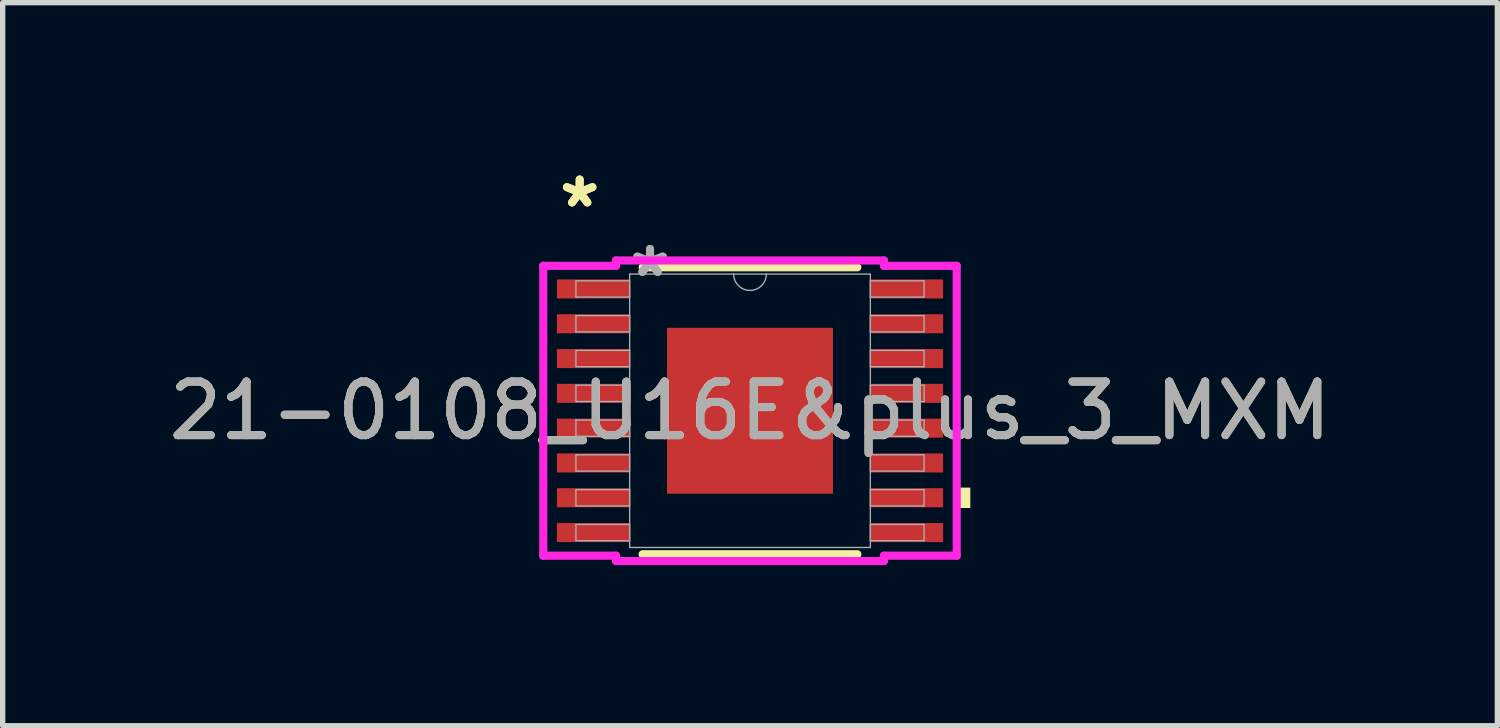
<source format=kicad_pcb>
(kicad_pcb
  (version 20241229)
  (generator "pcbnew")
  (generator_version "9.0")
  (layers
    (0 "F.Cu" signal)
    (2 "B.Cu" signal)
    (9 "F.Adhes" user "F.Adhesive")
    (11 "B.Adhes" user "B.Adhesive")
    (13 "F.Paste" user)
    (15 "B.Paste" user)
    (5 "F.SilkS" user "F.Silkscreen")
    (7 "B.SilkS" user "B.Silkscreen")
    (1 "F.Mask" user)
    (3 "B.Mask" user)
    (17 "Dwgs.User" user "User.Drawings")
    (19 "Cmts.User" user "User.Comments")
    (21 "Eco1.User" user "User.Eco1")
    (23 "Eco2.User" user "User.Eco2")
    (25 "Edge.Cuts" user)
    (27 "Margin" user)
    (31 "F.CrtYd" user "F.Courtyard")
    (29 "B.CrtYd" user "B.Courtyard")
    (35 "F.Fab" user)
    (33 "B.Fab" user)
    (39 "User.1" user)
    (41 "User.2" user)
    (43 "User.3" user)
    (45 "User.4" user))
  (footprint "21-0108_U16E&plus_3_MXM"
    (layer "F.Cu")
    (at 10.958 4.622)
    (property "Reference" "21-0108_U16E&plus_3_MXM" (at 0 0 0) (unlocked yes) (layer "F.SilkS") (effects (font (size 1 1) (thickness 0.15))))
    (attr smd)
    (fp_line (start -2.005 2.68) (end 2.005 2.68) (stroke (width 0.152) (type solid)) (layer "F.SilkS"))
    (fp_line (start 2.005 -2.68) (end -2.005 -2.68) (stroke (width 0.152) (type solid)) (layer "F.SilkS"))
    (fp_poly (pts (xy 4.115 1.435) (xy 4.115 1.816) (xy 3.861 1.816) (xy 3.861 1.435)) (stroke (width 0) (type solid)) (fill yes) (layer "F.SilkS"))
    (fp_poly (pts (xy -1.449 -1.449) (xy -1.449 -0.1) (xy -0.1 -0.1) (xy -0.1 -1.449)) (stroke (width 0) (type solid)) (fill yes) (layer "F.Paste"))
    (fp_poly (pts (xy -1.449 0.1) (xy -1.449 1.449) (xy -0.1 1.449) (xy -0.1 0.1)) (stroke (width 0) (type solid)) (fill yes) (layer "F.Paste"))
    (fp_poly (pts (xy 0.1 -1.449) (xy 0.1 -0.1) (xy 1.449 -0.1) (xy 1.449 -1.449)) (stroke (width 0) (type solid)) (fill yes) (layer "F.Paste"))
    (fp_poly (pts (xy 0.1 0.1) (xy 0.1 1.449) (xy 1.449 1.449) (xy 1.449 0.1)) (stroke (width 0) (type solid)) (fill yes) (layer "F.Paste"))
    (fp_line (start -3.861 -2.707) (end -2.502 -2.707) (stroke (width 0.152) (type solid)) (layer "F.CrtYd"))
    (fp_line (start -3.861 2.707) (end -3.861 -2.707) (stroke (width 0.152) (type solid)) (layer "F.CrtYd"))
    (fp_line (start -3.861 2.707) (end -2.502 2.707) (stroke (width 0.152) (type solid)) (layer "F.CrtYd"))
    (fp_line (start -2.502 -2.807) (end 2.502 -2.807) (stroke (width 0.152) (type solid)) (layer "F.CrtYd"))
    (fp_line (start -2.502 -2.707) (end -2.502 -2.807) (stroke (width 0.152) (type solid)) (layer "F.CrtYd"))
    (fp_line (start -2.502 2.807) (end -2.502 2.707) (stroke (width 0.152) (type solid)) (layer "F.CrtYd"))
    (fp_line (start 2.502 -2.807) (end 2.502 -2.707) (stroke (width 0.152) (type solid)) (layer "F.CrtYd"))
    (fp_line (start 2.502 2.707) (end 2.502 2.807) (stroke (width 0.152) (type solid)) (layer "F.CrtYd"))
    (fp_line (start 2.502 2.807) (end -2.502 2.807) (stroke (width 0.152) (type solid)) (layer "F.CrtYd"))
    (fp_line (start 3.861 -2.707) (end 2.502 -2.707) (stroke (width 0.152) (type solid)) (layer "F.CrtYd"))
    (fp_line (start 3.861 -2.707) (end 3.861 2.707) (stroke (width 0.152) (type solid)) (layer "F.CrtYd"))
    (fp_line (start 3.861 2.707) (end 2.502 2.707) (stroke (width 0.152) (type solid)) (layer "F.CrtYd"))
    (fp_line (start -3.251 -2.427) (end -3.251 -2.123) (stroke (width 0.025) (type solid)) (layer "F.Fab"))
    (fp_line (start -3.251 -2.123) (end -2.248 -2.123) (stroke (width 0.025) (type solid)) (layer "F.Fab"))
    (fp_line (start -3.251 -1.777) (end -3.251 -1.473) (stroke (width 0.025) (type solid)) (layer "F.Fab"))
    (fp_line (start -3.251 -1.473) (end -2.248 -1.473) (stroke (width 0.025) (type solid)) (layer "F.Fab"))
    (fp_line (start -3.251 -1.127) (end -3.251 -0.823) (stroke (width 0.025) (type solid)) (layer "F.Fab"))
    (fp_line (start -3.251 -0.823) (end -2.248 -0.823) (stroke (width 0.025) (type solid)) (layer "F.Fab"))
    (fp_line (start -3.251 -0.477) (end -3.251 -0.173) (stroke (width 0.025) (type solid)) (layer "F.Fab"))
    (fp_line (start -3.251 -0.173) (end -2.248 -0.173) (stroke (width 0.025) (type solid)) (layer "F.Fab"))
    (fp_line (start -3.251 0.173) (end -3.251 0.477) (stroke (width 0.025) (type solid)) (layer "F.Fab"))
    (fp_line (start -3.251 0.477) (end -2.248 0.477) (stroke (width 0.025) (type solid)) (layer "F.Fab"))
    (fp_line (start -3.251 0.823) (end -3.251 1.127) (stroke (width 0.025) (type solid)) (layer "F.Fab"))
    (fp_line (start -3.251 1.127) (end -2.248 1.127) (stroke (width 0.025) (type solid)) (layer "F.Fab"))
    (fp_line (start -3.251 1.473) (end -3.251 1.777) (stroke (width 0.025) (type solid)) (layer "F.Fab"))
    (fp_line (start -3.251 1.777) (end -2.248 1.777) (stroke (width 0.025) (type solid)) (layer "F.Fab"))
    (fp_line (start -3.251 2.123) (end -3.251 2.427) (stroke (width 0.025) (type solid)) (layer "F.Fab"))
    (fp_line (start -3.251 2.427) (end -2.248 2.427) (stroke (width 0.025) (type solid)) (layer "F.Fab"))
    (fp_line (start -2.248 -2.553) (end -2.248 2.553) (stroke (width 0.025) (type solid)) (layer "F.Fab"))
    (fp_line (start -2.248 -2.427) (end -3.251 -2.427) (stroke (width 0.025) (type solid)) (layer "F.Fab"))
    (fp_line (start -2.248 -2.123) (end -2.248 -2.427) (stroke (width 0.025) (type solid)) (layer "F.Fab"))
    (fp_line (start -2.248 -1.777) (end -3.251 -1.777) (stroke (width 0.025) (type solid)) (layer "F.Fab"))
    (fp_line (start -2.248 -1.473) (end -2.248 -1.777) (stroke (width 0.025) (type solid)) (layer "F.Fab"))
    (fp_line (start -2.248 -1.127) (end -3.251 -1.127) (stroke (width 0.025) (type solid)) (layer "F.Fab"))
    (fp_line (start -2.248 -0.823) (end -2.248 -1.127) (stroke (width 0.025) (type solid)) (layer "F.Fab"))
    (fp_line (start -2.248 -0.477) (end -3.251 -0.477) (stroke (width 0.025) (type solid)) (layer "F.Fab"))
    (fp_line (start -2.248 -0.173) (end -2.248 -0.477) (stroke (width 0.025) (type solid)) (layer "F.Fab"))
    (fp_line (start -2.248 0.173) (end -3.251 0.173) (stroke (width 0.025) (type solid)) (layer "F.Fab"))
    (fp_line (start -2.248 0.477) (end -2.248 0.173) (stroke (width 0.025) (type solid)) (layer "F.Fab"))
    (fp_line (start -2.248 0.823) (end -3.251 0.823) (stroke (width 0.025) (type solid)) (layer "F.Fab"))
    (fp_line (start -2.248 1.127) (end -2.248 0.823) (stroke (width 0.025) (type solid)) (layer "F.Fab"))
    (fp_line (start -2.248 1.473) (end -3.251 1.473) (stroke (width 0.025) (type solid)) (layer "F.Fab"))
    (fp_line (start -2.248 1.777) (end -2.248 1.473) (stroke (width 0.025) (type solid)) (layer "F.Fab"))
    (fp_line (start -2.248 2.123) (end -3.251 2.123) (stroke (width 0.025) (type solid)) (layer "F.Fab"))
    (fp_line (start -2.248 2.427) (end -2.248 2.123) (stroke (width 0.025) (type solid)) (layer "F.Fab"))
    (fp_line (start -2.248 2.553) (end 2.248 2.553) (stroke (width 0.025) (type solid)) (layer "F.Fab"))
    (fp_line (start 2.248 -2.553) (end -2.248 -2.553) (stroke (width 0.025) (type solid)) (layer "F.Fab"))
    (fp_line (start 2.248 -2.427) (end 2.248 -2.123) (stroke (width 0.025) (type solid)) (layer "F.Fab"))
    (fp_line (start 2.248 -2.123) (end 3.251 -2.123) (stroke (width 0.025) (type solid)) (layer "F.Fab"))
    (fp_line (start 2.248 -1.777) (end 2.248 -1.473) (stroke (width 0.025) (type solid)) (layer "F.Fab"))
    (fp_line (start 2.248 -1.473) (end 3.251 -1.473) (stroke (width 0.025) (type solid)) (layer "F.Fab"))
    (fp_line (start 2.248 -1.127) (end 2.248 -0.823) (stroke (width 0.025) (type solid)) (layer "F.Fab"))
    (fp_line (start 2.248 -0.823) (end 3.251 -0.823) (stroke (width 0.025) (type solid)) (layer "F.Fab"))
    (fp_line (start 2.248 -0.477) (end 2.248 -0.173) (stroke (width 0.025) (type solid)) (layer "F.Fab"))
    (fp_line (start 2.248 -0.173) (end 3.251 -0.173) (stroke (width 0.025) (type solid)) (layer "F.Fab"))
    (fp_line (start 2.248 0.173) (end 2.248 0.477) (stroke (width 0.025) (type solid)) (layer "F.Fab"))
    (fp_line (start 2.248 0.477) (end 3.251 0.477) (stroke (width 0.025) (type solid)) (layer "F.Fab"))
    (fp_line (start 2.248 0.823) (end 2.248 1.127) (stroke (width 0.025) (type solid)) (layer "F.Fab"))
    (fp_line (start 2.248 1.127) (end 3.251 1.127) (stroke (width 0.025) (type solid)) (layer "F.Fab"))
    (fp_line (start 2.248 1.473) (end 2.248 1.777) (stroke (width 0.025) (type solid)) (layer "F.Fab"))
    (fp_line (start 2.248 1.777) (end 3.251 1.777) (stroke (width 0.025) (type solid)) (layer "F.Fab"))
    (fp_line (start 2.248 2.123) (end 2.248 2.427) (stroke (width 0.025) (type solid)) (layer "F.Fab"))
    (fp_line (start 2.248 2.427) (end 3.251 2.427) (stroke (width 0.025) (type solid)) (layer "F.Fab"))
    (fp_line (start 2.248 2.553) (end 2.248 -2.553) (stroke (width 0.025) (type solid)) (layer "F.Fab"))
    (fp_line (start 3.251 -2.427) (end 2.248 -2.427) (stroke (width 0.025) (type solid)) (layer "F.Fab"))
    (fp_line (start 3.251 -2.123) (end 3.251 -2.427) (stroke (width 0.025) (type solid)) (layer "F.Fab"))
    (fp_line (start 3.251 -1.777) (end 2.248 -1.777) (stroke (width 0.025) (type solid)) (layer "F.Fab"))
    (fp_line (start 3.251 -1.473) (end 3.251 -1.777) (stroke (width 0.025) (type solid)) (layer "F.Fab"))
    (fp_line (start 3.251 -1.127) (end 2.248 -1.127) (stroke (width 0.025) (type solid)) (layer "F.Fab"))
    (fp_line (start 3.251 -0.823) (end 3.251 -1.127) (stroke (width 0.025) (type solid)) (layer "F.Fab"))
    (fp_line (start 3.251 -0.477) (end 2.248 -0.477) (stroke (width 0.025) (type solid)) (layer "F.Fab"))
    (fp_line (start 3.251 -0.173) (end 3.251 -0.477) (stroke (width 0.025) (type solid)) (layer "F.Fab"))
    (fp_line (start 3.251 0.173) (end 2.248 0.173) (stroke (width 0.025) (type solid)) (layer "F.Fab"))
    (fp_line (start 3.251 0.477) (end 3.251 0.173) (stroke (width 0.025) (type solid)) (layer "F.Fab"))
    (fp_line (start 3.251 0.823) (end 2.248 0.823) (stroke (width 0.025) (type solid)) (layer "F.Fab"))
    (fp_line (start 3.251 1.127) (end 3.251 0.823) (stroke (width 0.025) (type solid)) (layer "F.Fab"))
    (fp_line (start 3.251 1.473) (end 2.248 1.473) (stroke (width 0.025) (type solid)) (layer "F.Fab"))
    (fp_line (start 3.251 1.777) (end 3.251 1.473) (stroke (width 0.025) (type solid)) (layer "F.Fab"))
    (fp_line (start 3.251 2.123) (end 2.248 2.123) (stroke (width 0.025) (type solid)) (layer "F.Fab"))
    (fp_line (start 3.251 2.427) (end 3.251 2.123) (stroke (width 0.025) (type solid)) (layer "F.Fab"))
    (fp_arc (start 0.3048 -2.5527) (mid 0 -2.2479) (end -0.3048 -2.5527) (stroke (width 0.0254) (type solid)) (layer "F.Fab"))
    (fp_text user "*" (at -3.181 -3.774 0) (unlocked yes) (layer "F.SilkS") (effects (font (size 1 1) (thickness 0.15))))
    (fp_text user "*" (at -3.181 -3.774 0) (layer "F.SilkS") (effects (font (size 1 1) (thickness 0.15))))
    (fp_text user "*" (at -1.867 -2.477 0) (layer "F.Fab") (effects (font (size 1 1) (thickness 0.15))))
    (fp_text user "*" (at -1.867 -2.477 0) (unlocked yes) (layer "F.Fab") (effects (font (size 1 1) (thickness 0.15))))
    (fp_text user "${REFERENCE}" (at 0 0 0) (unlocked yes) (layer "F.Fab") (effects (font (size 1 1) (thickness 0.15))))
    (pad "1" smd rect (at -2.927 -2.275) (size 1.359 0.356) (layers "F.Cu" "F.Mask" "F.Paste"))
    (pad "2" smd rect (at -2.927 -1.625) (size 1.359 0.356) (layers "F.Cu" "F.Mask" "F.Paste"))
    (pad "3" smd rect (at -2.927 -0.975) (size 1.359 0.356) (layers "F.Cu" "F.Mask" "F.Paste"))
    (pad "4" smd rect (at -2.927 -0.325) (size 1.359 0.356) (layers "F.Cu" "F.Mask" "F.Paste"))
    (pad "5" smd rect (at -2.927 0.325) (size 1.359 0.356) (layers "F.Cu" "F.Mask" "F.Paste"))
    (pad "6" smd rect (at -2.927 0.975) (size 1.359 0.356) (layers "F.Cu" "F.Mask" "F.Paste"))
    (pad "7" smd rect (at -2.927 1.625) (size 1.359 0.356) (layers "F.Cu" "F.Mask" "F.Paste"))
    (pad "8" smd rect (at -2.927 2.275) (size 1.359 0.356) (layers "F.Cu" "F.Mask" "F.Paste"))
    (pad "9" smd rect (at 2.927 2.275) (size 1.359 0.356) (layers "F.Cu" "F.Mask" "F.Paste"))
    (pad "10" smd rect (at 2.927 1.625) (size 1.359 0.356) (layers "F.Cu" "F.Mask" "F.Paste"))
    (pad "11" smd rect (at 2.927 0.975) (size 1.359 0.356) (layers "F.Cu" "F.Mask" "F.Paste"))
    (pad "12" smd rect (at 2.927 0.325) (size 1.359 0.356) (layers "F.Cu" "F.Mask" "F.Paste"))
    (pad "13" smd rect (at 2.927 -0.325) (size 1.359 0.356) (layers "F.Cu" "F.Mask" "F.Paste"))
    (pad "14" smd rect (at 2.927 -0.975) (size 1.359 0.356) (layers "F.Cu" "F.Mask" "F.Paste"))
    (pad "15" smd rect (at 2.927 -1.625) (size 1.359 0.356) (layers "F.Cu" "F.Mask" "F.Paste"))
    (pad "16" smd rect (at 2.927 -2.275) (size 1.359 0.356) (layers "F.Cu" "F.Mask" "F.Paste"))
    (pad "EPAD" smd rect (at 0 0) (size 3.099 3.099) (layers "F.Cu" "F.Mask")))
  (gr_rect
    (start -3 -3)
    (end 24.917 10.505)
    (stroke (width 0.1) (type default))
    (fill no)
    (layer "Edge.Cuts")))
</source>
